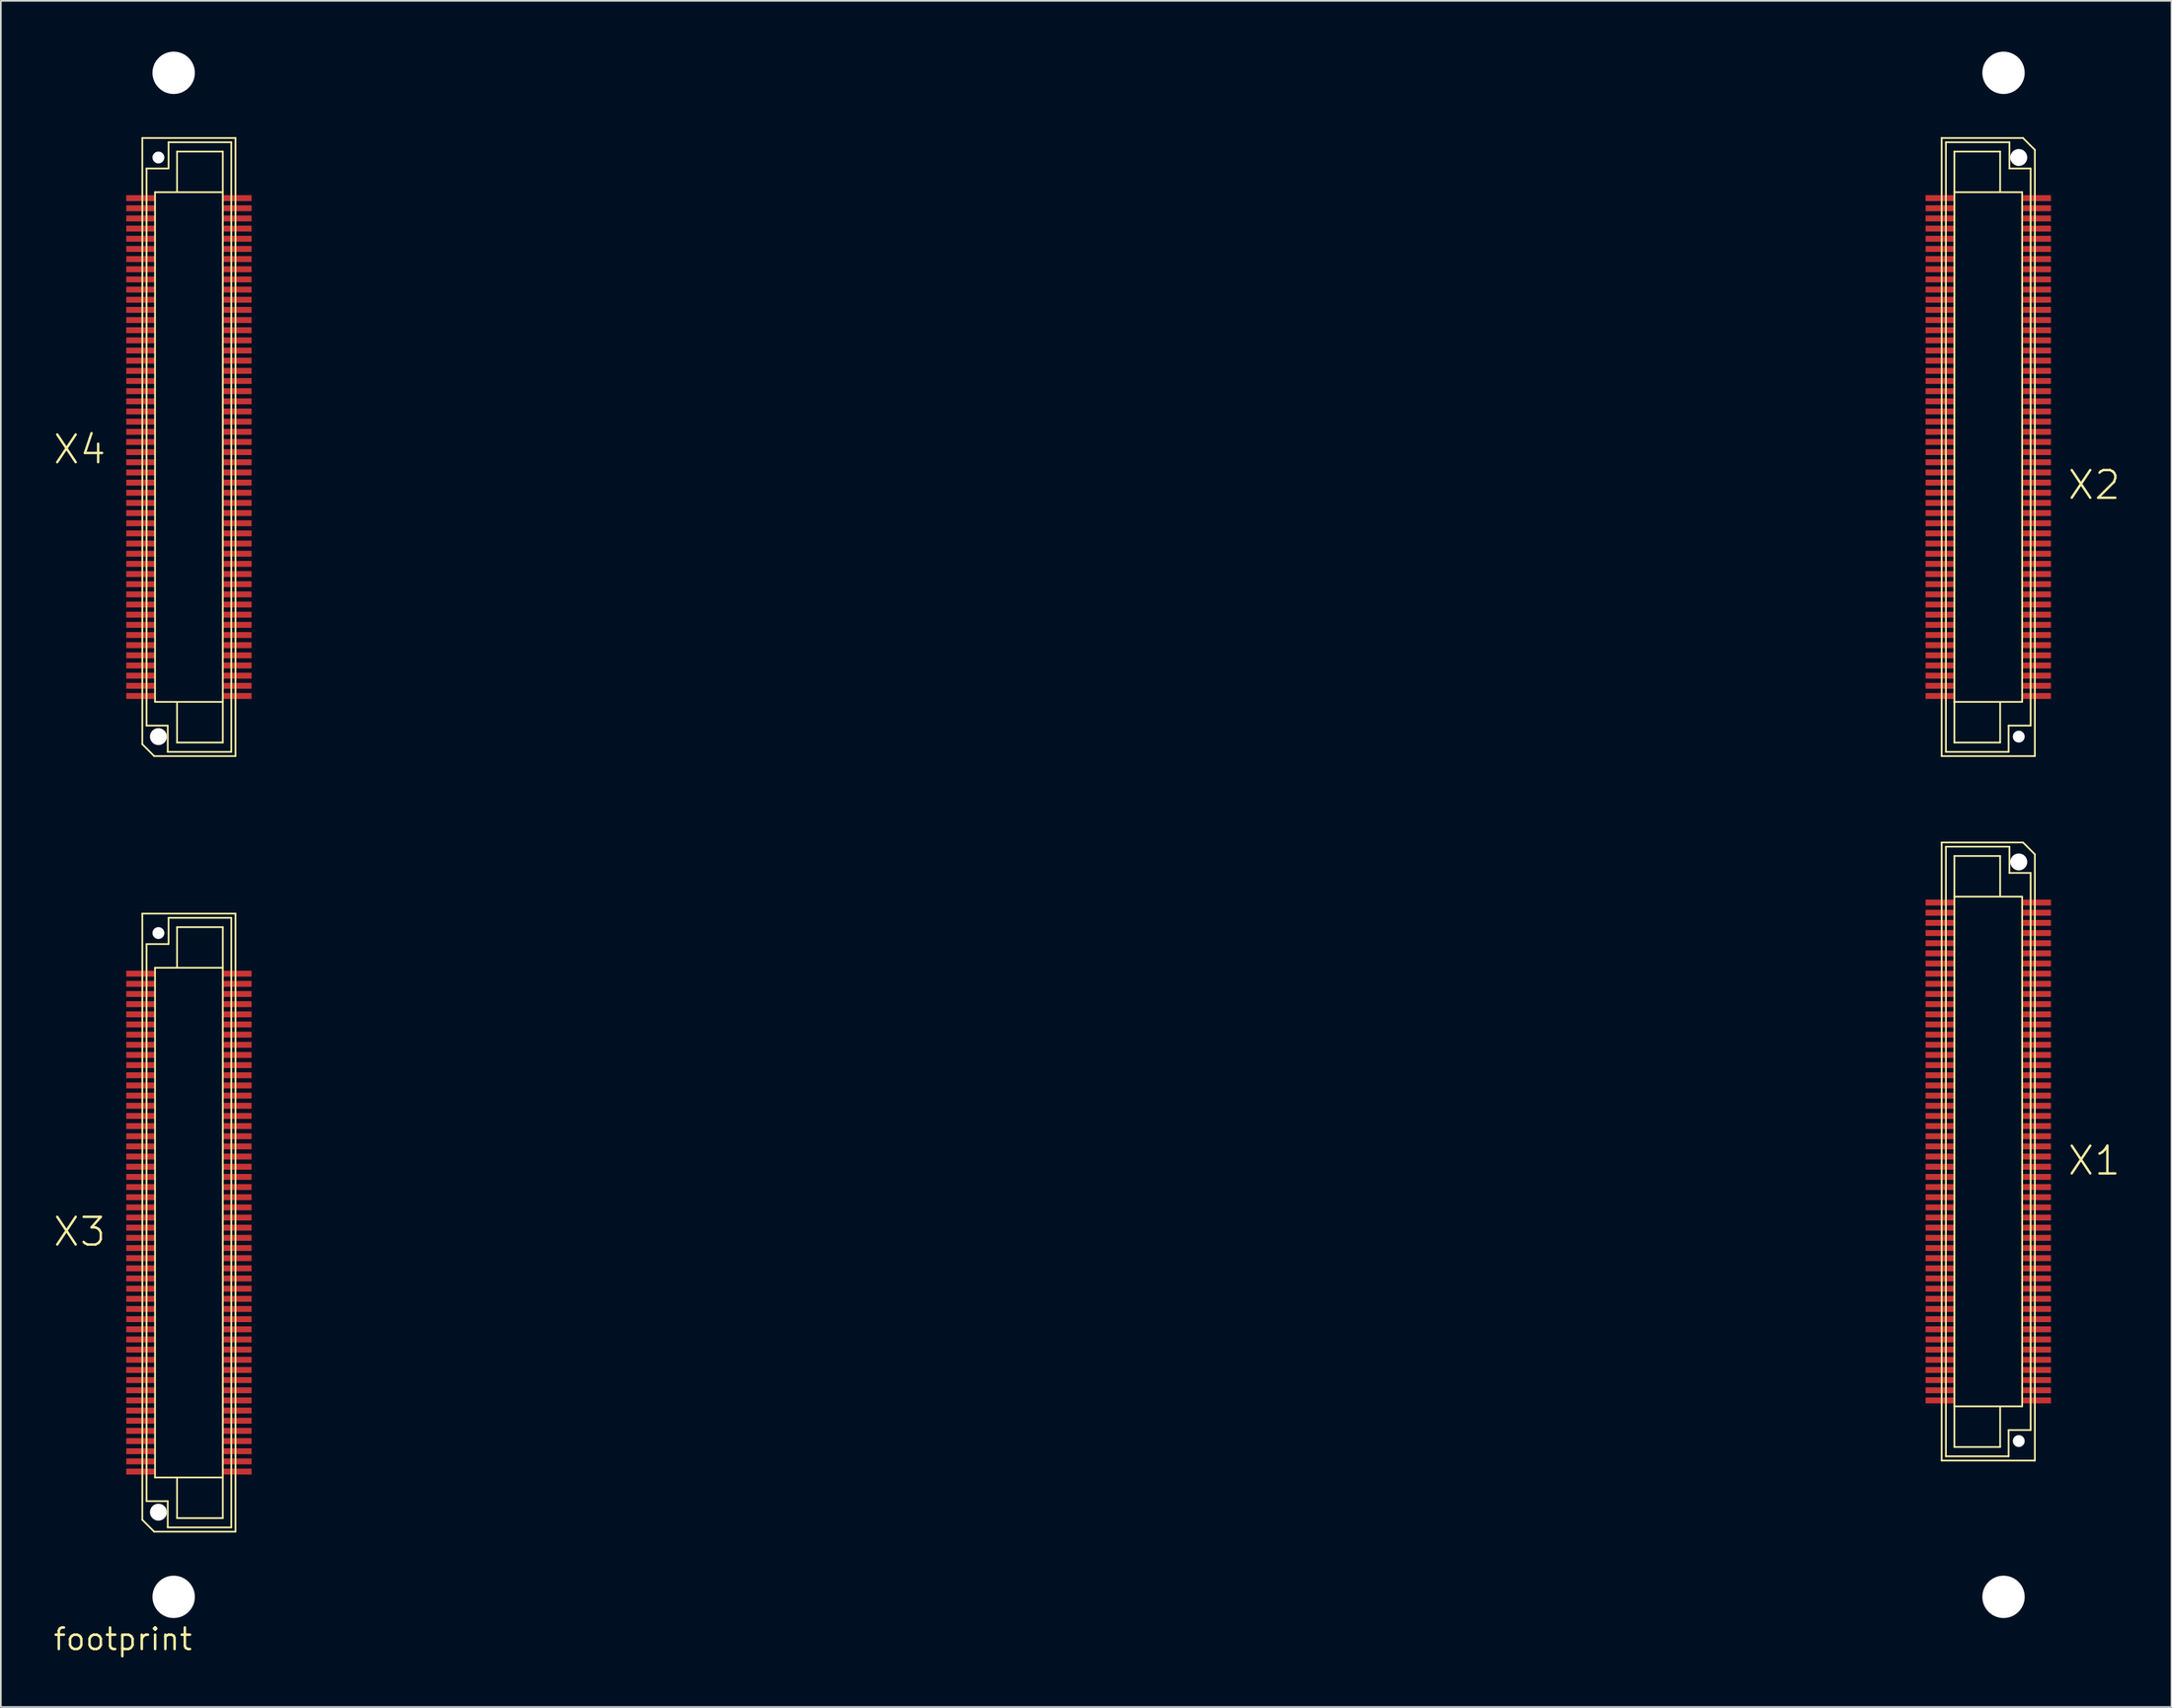
<source format=kicad_pcb>
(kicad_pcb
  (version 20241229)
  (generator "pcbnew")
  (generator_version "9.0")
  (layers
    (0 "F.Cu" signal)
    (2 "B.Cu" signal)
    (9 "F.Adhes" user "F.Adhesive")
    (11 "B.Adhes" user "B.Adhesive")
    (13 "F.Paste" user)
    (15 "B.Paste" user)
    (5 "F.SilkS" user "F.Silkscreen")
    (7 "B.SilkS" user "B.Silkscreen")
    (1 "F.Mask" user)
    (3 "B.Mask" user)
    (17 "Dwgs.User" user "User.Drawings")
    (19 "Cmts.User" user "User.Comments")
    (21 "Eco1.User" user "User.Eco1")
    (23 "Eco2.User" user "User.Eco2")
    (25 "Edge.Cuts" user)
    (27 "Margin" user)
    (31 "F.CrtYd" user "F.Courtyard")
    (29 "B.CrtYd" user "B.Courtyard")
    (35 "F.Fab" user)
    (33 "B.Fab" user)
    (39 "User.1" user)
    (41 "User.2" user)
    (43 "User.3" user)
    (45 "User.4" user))
  (footprint "footprint"
    (layer "F.Cu")
    (at 4.2 93.75)
    (property "Reference" "footprint" (at 0 0 0) (layer "F.SilkS") (effects (font (size 1.27 1.27) (thickness 0.15))))
    (fp_line (start 1.15 -88.65) (end 6.65 -88.65) (stroke (width 0.102) (type solid)) (layer "F.SilkS"))
    (fp_line (start 1.15 -52.85) (end 1.15 -88.65) (stroke (width 0.102) (type solid)) (layer "F.SilkS"))
    (fp_line (start 1.15 -42.85) (end 6.65 -42.85) (stroke (width 0.102) (type solid)) (layer "F.SilkS"))
    (fp_line (start 1.15 -7.05) (end 1.15 -42.85) (stroke (width 0.102) (type solid)) (layer "F.SilkS"))
    (fp_line (start 1.4 -86.85) (end 1.4 -53.95) (stroke (width 0.102) (type solid)) (layer "F.SilkS"))
    (fp_line (start 1.4 -53.95) (end 2.65 -53.95) (stroke (width 0.102) (type solid)) (layer "F.SilkS"))
    (fp_line (start 1.4 -41.05) (end 1.4 -8.15) (stroke (width 0.102) (type solid)) (layer "F.SilkS"))
    (fp_line (start 1.4 -8.15) (end 2.65 -8.15) (stroke (width 0.102) (type solid)) (layer "F.SilkS"))
    (fp_line (start 1.85 -52.15) (end 1.15 -52.85) (stroke (width 0.102) (type solid)) (layer "F.SilkS"))
    (fp_line (start 1.85 -6.35) (end 1.15 -7.05) (stroke (width 0.102) (type solid)) (layer "F.SilkS"))
    (fp_line (start 1.9 -85.45) (end 1.9 -55.35) (stroke (width 0.102) (type solid)) (layer "F.SilkS"))
    (fp_line (start 1.9 -55.35) (end 5.9 -55.35) (stroke (width 0.102) (type solid)) (layer "F.SilkS"))
    (fp_line (start 1.9 -39.65) (end 1.9 -9.55) (stroke (width 0.102) (type solid)) (layer "F.SilkS"))
    (fp_line (start 1.9 -9.55) (end 5.9 -9.55) (stroke (width 0.102) (type solid)) (layer "F.SilkS"))
    (fp_line (start 2.65 -53.95) (end 2.65 -52.4) (stroke (width 0.102) (type solid)) (layer "F.SilkS"))
    (fp_line (start 2.65 -52.4) (end 6.4 -52.4) (stroke (width 0.102) (type solid)) (layer "F.SilkS"))
    (fp_line (start 2.65 -8.15) (end 2.65 -6.6) (stroke (width 0.102) (type solid)) (layer "F.SilkS"))
    (fp_line (start 2.65 -6.6) (end 6.4 -6.6) (stroke (width 0.102) (type solid)) (layer "F.SilkS"))
    (fp_line (start 2.7 -88.4) (end 2.7 -86.85) (stroke (width 0.102) (type solid)) (layer "F.SilkS"))
    (fp_line (start 2.7 -86.85) (end 1.4 -86.85) (stroke (width 0.102) (type solid)) (layer "F.SilkS"))
    (fp_line (start 2.7 -42.6) (end 2.7 -41.05) (stroke (width 0.102) (type solid)) (layer "F.SilkS"))
    (fp_line (start 2.7 -41.05) (end 1.4 -41.05) (stroke (width 0.102) (type solid)) (layer "F.SilkS"))
    (fp_line (start 3.2 -87.85) (end 3.2 -85.5) (stroke (width 0.102) (type solid)) (layer "F.SilkS"))
    (fp_line (start 3.2 -52.95) (end 3.2 -55.3) (stroke (width 0.102) (type solid)) (layer "F.SilkS"))
    (fp_line (start 3.2 -42.05) (end 3.2 -39.7) (stroke (width 0.102) (type solid)) (layer "F.SilkS"))
    (fp_line (start 3.2 -7.15) (end 3.2 -9.5) (stroke (width 0.102) (type solid)) (layer "F.SilkS"))
    (fp_line (start 5.9 -87.85) (end 3.2 -87.85) (stroke (width 0.102) (type solid)) (layer "F.SilkS"))
    (fp_line (start 5.9 -85.45) (end 1.9 -85.45) (stroke (width 0.102) (type solid)) (layer "F.SilkS"))
    (fp_line (start 5.9 -85.45) (end 5.9 -87.85) (stroke (width 0.102) (type solid)) (layer "F.SilkS"))
    (fp_line (start 5.9 -55.35) (end 5.9 -85.45) (stroke (width 0.102) (type solid)) (layer "F.SilkS"))
    (fp_line (start 5.9 -55.3) (end 5.9 -52.95) (stroke (width 0.102) (type solid)) (layer "F.SilkS"))
    (fp_line (start 5.9 -52.95) (end 3.2 -52.95) (stroke (width 0.102) (type solid)) (layer "F.SilkS"))
    (fp_line (start 5.9 -42.05) (end 3.2 -42.05) (stroke (width 0.102) (type solid)) (layer "F.SilkS"))
    (fp_line (start 5.9 -39.65) (end 1.9 -39.65) (stroke (width 0.102) (type solid)) (layer "F.SilkS"))
    (fp_line (start 5.9 -39.65) (end 5.9 -42.05) (stroke (width 0.102) (type solid)) (layer "F.SilkS"))
    (fp_line (start 5.9 -9.55) (end 5.9 -39.65) (stroke (width 0.102) (type solid)) (layer "F.SilkS"))
    (fp_line (start 5.9 -9.5) (end 5.9 -7.15) (stroke (width 0.102) (type solid)) (layer "F.SilkS"))
    (fp_line (start 5.9 -7.15) (end 3.2 -7.15) (stroke (width 0.102) (type solid)) (layer "F.SilkS"))
    (fp_line (start 6.4 -88.4) (end 2.7 -88.4) (stroke (width 0.102) (type solid)) (layer "F.SilkS"))
    (fp_line (start 6.4 -52.4) (end 6.4 -88.4) (stroke (width 0.102) (type solid)) (layer "F.SilkS"))
    (fp_line (start 6.4 -42.6) (end 2.7 -42.6) (stroke (width 0.102) (type solid)) (layer "F.SilkS"))
    (fp_line (start 6.4 -6.6) (end 6.4 -42.6) (stroke (width 0.102) (type solid)) (layer "F.SilkS"))
    (fp_line (start 6.65 -88.65) (end 6.65 -52.15) (stroke (width 0.102) (type solid)) (layer "F.SilkS"))
    (fp_line (start 6.65 -52.15) (end 1.85 -52.15) (stroke (width 0.102) (type solid)) (layer "F.SilkS"))
    (fp_line (start 6.65 -42.85) (end 6.65 -6.35) (stroke (width 0.102) (type solid)) (layer "F.SilkS"))
    (fp_line (start 6.65 -6.35) (end 1.85 -6.35) (stroke (width 0.102) (type solid)) (layer "F.SilkS"))
    (fp_line (start 107.35 -88.65) (end 112.15 -88.65) (stroke (width 0.102) (type solid)) (layer "F.SilkS"))
    (fp_line (start 107.35 -52.15) (end 107.35 -88.65) (stroke (width 0.102) (type solid)) (layer "F.SilkS"))
    (fp_line (start 107.35 -47.05) (end 112.15 -47.05) (stroke (width 0.102) (type solid)) (layer "F.SilkS"))
    (fp_line (start 107.35 -10.55) (end 107.35 -47.05) (stroke (width 0.102) (type solid)) (layer "F.SilkS"))
    (fp_line (start 107.6 -88.4) (end 107.6 -52.4) (stroke (width 0.102) (type solid)) (layer "F.SilkS"))
    (fp_line (start 107.6 -52.4) (end 111.3 -52.4) (stroke (width 0.102) (type solid)) (layer "F.SilkS"))
    (fp_line (start 107.6 -46.8) (end 107.6 -10.8) (stroke (width 0.102) (type solid)) (layer "F.SilkS"))
    (fp_line (start 107.6 -10.8) (end 111.3 -10.8) (stroke (width 0.102) (type solid)) (layer "F.SilkS"))
    (fp_line (start 108.1 -87.85) (end 110.8 -87.85) (stroke (width 0.102) (type solid)) (layer "F.SilkS"))
    (fp_line (start 108.1 -85.5) (end 108.1 -87.85) (stroke (width 0.102) (type solid)) (layer "F.SilkS"))
    (fp_line (start 108.1 -85.45) (end 108.1 -55.35) (stroke (width 0.102) (type solid)) (layer "F.SilkS"))
    (fp_line (start 108.1 -55.35) (end 108.1 -52.95) (stroke (width 0.102) (type solid)) (layer "F.SilkS"))
    (fp_line (start 108.1 -55.35) (end 112.1 -55.35) (stroke (width 0.102) (type solid)) (layer "F.SilkS"))
    (fp_line (start 108.1 -52.95) (end 110.8 -52.95) (stroke (width 0.102) (type solid)) (layer "F.SilkS"))
    (fp_line (start 108.1 -46.25) (end 110.8 -46.25) (stroke (width 0.102) (type solid)) (layer "F.SilkS"))
    (fp_line (start 108.1 -43.9) (end 108.1 -46.25) (stroke (width 0.102) (type solid)) (layer "F.SilkS"))
    (fp_line (start 108.1 -43.85) (end 108.1 -13.75) (stroke (width 0.102) (type solid)) (layer "F.SilkS"))
    (fp_line (start 108.1 -13.75) (end 108.1 -11.35) (stroke (width 0.102) (type solid)) (layer "F.SilkS"))
    (fp_line (start 108.1 -13.75) (end 112.1 -13.75) (stroke (width 0.102) (type solid)) (layer "F.SilkS"))
    (fp_line (start 108.1 -11.35) (end 110.8 -11.35) (stroke (width 0.102) (type solid)) (layer "F.SilkS"))
    (fp_line (start 110.8 -87.85) (end 110.8 -85.5) (stroke (width 0.102) (type solid)) (layer "F.SilkS"))
    (fp_line (start 110.8 -52.95) (end 110.8 -55.3) (stroke (width 0.102) (type solid)) (layer "F.SilkS"))
    (fp_line (start 110.8 -46.25) (end 110.8 -43.9) (stroke (width 0.102) (type solid)) (layer "F.SilkS"))
    (fp_line (start 110.8 -11.35) (end 110.8 -13.7) (stroke (width 0.102) (type solid)) (layer "F.SilkS"))
    (fp_line (start 111.3 -53.95) (end 112.6 -53.95) (stroke (width 0.102) (type solid)) (layer "F.SilkS"))
    (fp_line (start 111.3 -52.4) (end 111.3 -53.95) (stroke (width 0.102) (type solid)) (layer "F.SilkS"))
    (fp_line (start 111.3 -12.35) (end 112.6 -12.35) (stroke (width 0.102) (type solid)) (layer "F.SilkS"))
    (fp_line (start 111.3 -10.8) (end 111.3 -12.35) (stroke (width 0.102) (type solid)) (layer "F.SilkS"))
    (fp_line (start 111.35 -88.4) (end 107.6 -88.4) (stroke (width 0.102) (type solid)) (layer "F.SilkS"))
    (fp_line (start 111.35 -86.85) (end 111.35 -88.4) (stroke (width 0.102) (type solid)) (layer "F.SilkS"))
    (fp_line (start 111.35 -46.8) (end 107.6 -46.8) (stroke (width 0.102) (type solid)) (layer "F.SilkS"))
    (fp_line (start 111.35 -45.25) (end 111.35 -46.8) (stroke (width 0.102) (type solid)) (layer "F.SilkS"))
    (fp_line (start 112.1 -85.45) (end 108.1 -85.45) (stroke (width 0.102) (type solid)) (layer "F.SilkS"))
    (fp_line (start 112.1 -55.35) (end 112.1 -85.45) (stroke (width 0.102) (type solid)) (layer "F.SilkS"))
    (fp_line (start 112.1 -43.85) (end 108.1 -43.85) (stroke (width 0.102) (type solid)) (layer "F.SilkS"))
    (fp_line (start 112.1 -13.75) (end 112.1 -43.85) (stroke (width 0.102) (type solid)) (layer "F.SilkS"))
    (fp_line (start 112.15 -88.65) (end 112.85 -87.95) (stroke (width 0.102) (type solid)) (layer "F.SilkS"))
    (fp_line (start 112.15 -47.05) (end 112.85 -46.35) (stroke (width 0.102) (type solid)) (layer "F.SilkS"))
    (fp_line (start 112.6 -86.85) (end 111.35 -86.85) (stroke (width 0.102) (type solid)) (layer "F.SilkS"))
    (fp_line (start 112.6 -53.95) (end 112.6 -86.85) (stroke (width 0.102) (type solid)) (layer "F.SilkS"))
    (fp_line (start 112.6 -45.25) (end 111.35 -45.25) (stroke (width 0.102) (type solid)) (layer "F.SilkS"))
    (fp_line (start 112.6 -12.35) (end 112.6 -45.25) (stroke (width 0.102) (type solid)) (layer "F.SilkS"))
    (fp_line (start 112.85 -87.95) (end 112.85 -52.15) (stroke (width 0.102) (type solid)) (layer "F.SilkS"))
    (fp_line (start 112.85 -52.15) (end 107.35 -52.15) (stroke (width 0.102) (type solid)) (layer "F.SilkS"))
    (fp_line (start 112.85 -46.35) (end 112.85 -10.55) (stroke (width 0.102) (type solid)) (layer "F.SilkS"))
    (fp_line (start 112.85 -10.55) (end 107.35 -10.55) (stroke (width 0.102) (type solid)) (layer "F.SilkS"))
    (fp_text user "X4" (at -4.2 -69.3 0) (layer "F.SilkS") (effects (font (size 1.636 1.636) (thickness 0.142)) (justify left bottom)))
    (fp_text user "X2" (at 114.7 -67.2 0) (layer "F.SilkS") (effects (font (size 1.636 1.636) (thickness 0.142)) (justify left bottom)))
    (fp_text user "X3" (at -4.2 -23.1 0) (layer "F.SilkS") (effects (font (size 1.636 1.636) (thickness 0.142)) (justify left bottom)))
    (fp_text user "X1" (at 114.7 -27.3 0) (layer "F.SilkS") (effects (font (size 1.636 1.636) (thickness 0.142)) (justify left bottom)))
    (pad "" np_thru_hole circle (at 2.1 -87.5) (size 0.7 0.7) (drill 0.7) (layers "*.Cu" "*.Mask"))
    (pad "" np_thru_hole circle (at 2.1 -53.3) (size 1 1) (drill 1) (layers "*.Cu" "*.Mask"))
    (pad "" np_thru_hole circle (at 2.1 -41.7) (size 0.7 0.7) (drill 0.7) (layers "*.Cu" "*.Mask"))
    (pad "" np_thru_hole circle (at 2.1 -7.5) (size 1 1) (drill 1) (layers "*.Cu" "*.Mask"))
    (pad "" np_thru_hole circle (at 3 -92.5) (size 2.5 2.5) (drill 2.5) (layers "*.Cu" "*.Mask"))
    (pad "" np_thru_hole circle (at 3 -2.5) (size 2.5 2.5) (drill 2.5) (layers "*.Cu" "*.Mask"))
    (pad "" np_thru_hole circle (at 111 -92.5) (size 2.5 2.5) (drill 2.5) (layers "*.Cu" "*.Mask"))
    (pad "" np_thru_hole circle (at 111 -2.5) (size 2.5 2.5) (drill 2.5) (layers "*.Cu" "*.Mask"))
    (pad "" np_thru_hole circle (at 111.9 -87.5) (size 1 1) (drill 1) (layers "*.Cu" "*.Mask"))
    (pad "" np_thru_hole circle (at 111.9 -53.3) (size 0.7 0.7) (drill 0.7) (layers "*.Cu" "*.Mask"))
    (pad "" np_thru_hole circle (at 111.9 -45.9) (size 1 1) (drill 1) (layers "*.Cu" "*.Mask"))
    (pad "" np_thru_hole circle (at 111.9 -11.7) (size 0.7 0.7) (drill 0.7) (layers "*.Cu" "*.Mask"))
    (pad "1" smd rect (at 112.95 -43.5 270) (size 0.35 1.7) (layers "F.Cu" "F.Mask" "F.Paste"))
    (pad "2" smd rect (at 107.25 -43.5 270) (size 0.35 1.7) (layers "F.Cu" "F.Mask" "F.Paste"))
    (pad "3" smd rect (at 112.95 -42.9 270) (size 0.35 1.7) (layers "F.Cu" "F.Mask" "F.Paste"))
    (pad "4" smd rect (at 107.25 -42.9 270) (size 0.35 1.7) (layers "F.Cu" "F.Mask" "F.Paste"))
    (pad "5" smd rect (at 112.95 -42.3 270) (size 0.35 1.7) (layers "F.Cu" "F.Mask" "F.Paste"))
    (pad "6" smd rect (at 107.25 -42.3 270) (size 0.35 1.7) (layers "F.Cu" "F.Mask" "F.Paste"))
    (pad "7" smd rect (at 112.95 -41.7 270) (size 0.35 1.7) (layers "F.Cu" "F.Mask" "F.Paste"))
    (pad "8" smd rect (at 107.25 -41.7 270) (size 0.35 1.7) (layers "F.Cu" "F.Mask" "F.Paste"))
    (pad "9" smd rect (at 112.95 -41.1 270) (size 0.35 1.7) (layers "F.Cu" "F.Mask" "F.Paste"))
    (pad "10" smd rect (at 107.25 -41.1 270) (size 0.35 1.7) (layers "F.Cu" "F.Mask" "F.Paste"))
    (pad "11" smd rect (at 112.95 -40.5 270) (size 0.35 1.7) (layers "F.Cu" "F.Mask" "F.Paste"))
    (pad "12" smd rect (at 107.25 -40.5 270) (size 0.35 1.7) (layers "F.Cu" "F.Mask" "F.Paste"))
    (pad "13" smd rect (at 112.95 -39.9 270) (size 0.35 1.7) (layers "F.Cu" "F.Mask" "F.Paste"))
    (pad "14" smd rect (at 107.25 -39.9 270) (size 0.35 1.7) (layers "F.Cu" "F.Mask" "F.Paste"))
    (pad "15" smd rect (at 112.95 -39.3 270) (size 0.35 1.7) (layers "F.Cu" "F.Mask" "F.Paste"))
    (pad "16" smd rect (at 107.25 -39.3 270) (size 0.35 1.7) (layers "F.Cu" "F.Mask" "F.Paste"))
    (pad "17" smd rect (at 112.95 -38.7 270) (size 0.35 1.7) (layers "F.Cu" "F.Mask" "F.Paste"))
    (pad "18" smd rect (at 107.25 -38.7 270) (size 0.35 1.7) (layers "F.Cu" "F.Mask" "F.Paste"))
    (pad "19" smd rect (at 112.95 -38.1 270) (size 0.35 1.7) (layers "F.Cu" "F.Mask" "F.Paste"))
    (pad "20" smd rect (at 107.25 -38.1 270) (size 0.35 1.7) (layers "F.Cu" "F.Mask" "F.Paste"))
    (pad "21" smd rect (at 112.95 -37.5 270) (size 0.35 1.7) (layers "F.Cu" "F.Mask" "F.Paste"))
    (pad "22" smd rect (at 107.25 -37.5 270) (size 0.35 1.7) (layers "F.Cu" "F.Mask" "F.Paste"))
    (pad "23" smd rect (at 112.95 -36.9 270) (size 0.35 1.7) (layers "F.Cu" "F.Mask" "F.Paste"))
    (pad "24" smd rect (at 107.25 -36.9 270) (size 0.35 1.7) (layers "F.Cu" "F.Mask" "F.Paste"))
    (pad "25" smd rect (at 112.95 -36.3 270) (size 0.35 1.7) (layers "F.Cu" "F.Mask" "F.Paste"))
    (pad "26" smd rect (at 107.25 -36.3 270) (size 0.35 1.7) (layers "F.Cu" "F.Mask" "F.Paste"))
    (pad "27" smd rect (at 112.95 -35.7 270) (size 0.35 1.7) (layers "F.Cu" "F.Mask" "F.Paste"))
    (pad "28" smd rect (at 107.25 -35.7 270) (size 0.35 1.7) (layers "F.Cu" "F.Mask" "F.Paste"))
    (pad "29" smd rect (at 112.95 -35.1 270) (size 0.35 1.7) (layers "F.Cu" "F.Mask" "F.Paste"))
    (pad "30" smd rect (at 107.25 -35.1 270) (size 0.35 1.7) (layers "F.Cu" "F.Mask" "F.Paste"))
    (pad "31" smd rect (at 112.95 -34.5 270) (size 0.35 1.7) (layers "F.Cu" "F.Mask" "F.Paste"))
    (pad "32" smd rect (at 107.25 -34.5 270) (size 0.35 1.7) (layers "F.Cu" "F.Mask" "F.Paste"))
    (pad "33" smd rect (at 112.95 -33.9 270) (size 0.35 1.7) (layers "F.Cu" "F.Mask" "F.Paste"))
    (pad "34" smd rect (at 107.25 -33.9 270) (size 0.35 1.7) (layers "F.Cu" "F.Mask" "F.Paste"))
    (pad "35" smd rect (at 112.95 -33.3 270) (size 0.35 1.7) (layers "F.Cu" "F.Mask" "F.Paste"))
    (pad "36" smd rect (at 107.25 -33.3 270) (size 0.35 1.7) (layers "F.Cu" "F.Mask" "F.Paste"))
    (pad "37" smd rect (at 112.95 -32.7 270) (size 0.35 1.7) (layers "F.Cu" "F.Mask" "F.Paste"))
    (pad "38" smd rect (at 107.25 -32.7 270) (size 0.35 1.7) (layers "F.Cu" "F.Mask" "F.Paste"))
    (pad "39" smd rect (at 112.95 -32.1 270) (size 0.35 1.7) (layers "F.Cu" "F.Mask" "F.Paste"))
    (pad "40" smd rect (at 107.25 -32.1 270) (size 0.35 1.7) (layers "F.Cu" "F.Mask" "F.Paste"))
    (pad "41" smd rect (at 112.95 -31.5 270) (size 0.35 1.7) (layers "F.Cu" "F.Mask" "F.Paste"))
    (pad "42" smd rect (at 107.25 -31.5 270) (size 0.35 1.7) (layers "F.Cu" "F.Mask" "F.Paste"))
    (pad "43" smd rect (at 112.95 -30.9 270) (size 0.35 1.7) (layers "F.Cu" "F.Mask" "F.Paste"))
    (pad "44" smd rect (at 107.25 -30.9 270) (size 0.35 1.7) (layers "F.Cu" "F.Mask" "F.Paste"))
    (pad "45" smd rect (at 112.95 -30.3 270) (size 0.35 1.7) (layers "F.Cu" "F.Mask" "F.Paste"))
    (pad "46" smd rect (at 107.25 -30.3 270) (size 0.35 1.7) (layers "F.Cu" "F.Mask" "F.Paste"))
    (pad "47" smd rect (at 112.95 -29.7 270) (size 0.35 1.7) (layers "F.Cu" "F.Mask" "F.Paste"))
    (pad "48" smd rect (at 107.25 -29.7 270) (size 0.35 1.7) (layers "F.Cu" "F.Mask" "F.Paste"))
    (pad "49" smd rect (at 112.95 -29.1 270) (size 0.35 1.7) (layers "F.Cu" "F.Mask" "F.Paste"))
    (pad "50" smd rect (at 107.25 -29.1 270) (size 0.35 1.7) (layers "F.Cu" "F.Mask" "F.Paste"))
    (pad "51" smd rect (at 112.95 -28.5 270) (size 0.35 1.7) (layers "F.Cu" "F.Mask" "F.Paste"))
    (pad "52" smd rect (at 107.25 -28.5 270) (size 0.35 1.7) (layers "F.Cu" "F.Mask" "F.Paste"))
    (pad "53" smd rect (at 112.95 -27.9 270) (size 0.35 1.7) (layers "F.Cu" "F.Mask" "F.Paste"))
    (pad "54" smd rect (at 107.25 -27.9 270) (size 0.35 1.7) (layers "F.Cu" "F.Mask" "F.Paste"))
    (pad "55" smd rect (at 112.95 -27.3 270) (size 0.35 1.7) (layers "F.Cu" "F.Mask" "F.Paste"))
    (pad "56" smd rect (at 107.25 -27.3 270) (size 0.35 1.7) (layers "F.Cu" "F.Mask" "F.Paste"))
    (pad "57" smd rect (at 112.95 -26.7 270) (size 0.35 1.7) (layers "F.Cu" "F.Mask" "F.Paste"))
    (pad "58" smd rect (at 107.25 -26.7 270) (size 0.35 1.7) (layers "F.Cu" "F.Mask" "F.Paste"))
    (pad "59" smd rect (at 112.95 -26.1 270) (size 0.35 1.7) (layers "F.Cu" "F.Mask" "F.Paste"))
    (pad "60" smd rect (at 107.25 -26.1 270) (size 0.35 1.7) (layers "F.Cu" "F.Mask" "F.Paste"))
    (pad "61" smd rect (at 112.95 -25.5 270) (size 0.35 1.7) (layers "F.Cu" "F.Mask" "F.Paste"))
    (pad "62" smd rect (at 107.25 -25.5 270) (size 0.35 1.7) (layers "F.Cu" "F.Mask" "F.Paste"))
    (pad "63" smd rect (at 112.95 -24.9 270) (size 0.35 1.7) (layers "F.Cu" "F.Mask" "F.Paste"))
    (pad "64" smd rect (at 107.25 -24.9 270) (size 0.35 1.7) (layers "F.Cu" "F.Mask" "F.Paste"))
    (pad "65" smd rect (at 112.95 -24.3 270) (size 0.35 1.7) (layers "F.Cu" "F.Mask" "F.Paste"))
    (pad "66" smd rect (at 107.25 -24.3 270) (size 0.35 1.7) (layers "F.Cu" "F.Mask" "F.Paste"))
    (pad "67" smd rect (at 112.95 -23.7 270) (size 0.35 1.7) (layers "F.Cu" "F.Mask" "F.Paste"))
    (pad "68" smd rect (at 107.25 -23.7 270) (size 0.35 1.7) (layers "F.Cu" "F.Mask" "F.Paste"))
    (pad "69" smd rect (at 112.95 -23.1 270) (size 0.35 1.7) (layers "F.Cu" "F.Mask" "F.Paste"))
    (pad "70" smd rect (at 107.25 -23.1 270) (size 0.35 1.7) (layers "F.Cu" "F.Mask" "F.Paste"))
    (pad "71" smd rect (at 112.95 -22.5 270) (size 0.35 1.7) (layers "F.Cu" "F.Mask" "F.Paste"))
    (pad "72" smd rect (at 107.25 -22.5 270) (size 0.35 1.7) (layers "F.Cu" "F.Mask" "F.Paste"))
    (pad "73" smd rect (at 112.95 -21.9 270) (size 0.35 1.7) (layers "F.Cu" "F.Mask" "F.Paste"))
    (pad "74" smd rect (at 107.25 -21.9 270) (size 0.35 1.7) (layers "F.Cu" "F.Mask" "F.Paste"))
    (pad "75" smd rect (at 112.95 -21.3 270) (size 0.35 1.7) (layers "F.Cu" "F.Mask" "F.Paste"))
    (pad "76" smd rect (at 107.25 -21.3 270) (size 0.35 1.7) (layers "F.Cu" "F.Mask" "F.Paste"))
    (pad "77" smd rect (at 112.95 -20.7 270) (size 0.35 1.7) (layers "F.Cu" "F.Mask" "F.Paste"))
    (pad "78" smd rect (at 107.25 -20.7 270) (size 0.35 1.7) (layers "F.Cu" "F.Mask" "F.Paste"))
    (pad "79" smd rect (at 112.95 -20.1 270) (size 0.35 1.7) (layers "F.Cu" "F.Mask" "F.Paste"))
    (pad "80" smd rect (at 107.25 -20.1 270) (size 0.35 1.7) (layers "F.Cu" "F.Mask" "F.Paste"))
    (pad "81" smd rect (at 112.95 -19.5 270) (size 0.35 1.7) (layers "F.Cu" "F.Mask" "F.Paste"))
    (pad "82" smd rect (at 107.25 -19.5 270) (size 0.35 1.7) (layers "F.Cu" "F.Mask" "F.Paste"))
    (pad "83" smd rect (at 112.95 -18.9 270) (size 0.35 1.7) (layers "F.Cu" "F.Mask" "F.Paste"))
    (pad "84" smd rect (at 107.25 -18.9 270) (size 0.35 1.7) (layers "F.Cu" "F.Mask" "F.Paste"))
    (pad "85" smd rect (at 112.95 -18.3 270) (size 0.35 1.7) (layers "F.Cu" "F.Mask" "F.Paste"))
    (pad "86" smd rect (at 107.25 -18.3 270) (size 0.35 1.7) (layers "F.Cu" "F.Mask" "F.Paste"))
    (pad "87" smd rect (at 112.95 -17.7 270) (size 0.35 1.7) (layers "F.Cu" "F.Mask" "F.Paste"))
    (pad "88" smd rect (at 107.25 -17.7 270) (size 0.35 1.7) (layers "F.Cu" "F.Mask" "F.Paste"))
    (pad "89" smd rect (at 112.95 -17.1 270) (size 0.35 1.7) (layers "F.Cu" "F.Mask" "F.Paste"))
    (pad "90" smd rect (at 107.25 -17.1 270) (size 0.35 1.7) (layers "F.Cu" "F.Mask" "F.Paste"))
    (pad "91" smd rect (at 112.95 -16.5 270) (size 0.35 1.7) (layers "F.Cu" "F.Mask" "F.Paste"))
    (pad "92" smd rect (at 107.25 -16.5 270) (size 0.35 1.7) (layers "F.Cu" "F.Mask" "F.Paste"))
    (pad "93" smd rect (at 112.95 -15.9 270) (size 0.35 1.7) (layers "F.Cu" "F.Mask" "F.Paste"))
    (pad "94" smd rect (at 107.25 -15.9 270) (size 0.35 1.7) (layers "F.Cu" "F.Mask" "F.Paste"))
    (pad "95" smd rect (at 112.95 -15.3 270) (size 0.35 1.7) (layers "F.Cu" "F.Mask" "F.Paste"))
    (pad "96" smd rect (at 107.25 -15.3 270) (size 0.35 1.7) (layers "F.Cu" "F.Mask" "F.Paste"))
    (pad "97" smd rect (at 112.95 -14.7 270) (size 0.35 1.7) (layers "F.Cu" "F.Mask" "F.Paste"))
    (pad "98" smd rect (at 107.25 -14.7 270) (size 0.35 1.7) (layers "F.Cu" "F.Mask" "F.Paste"))
    (pad "99" smd rect (at 112.95 -14.1 270) (size 0.35 1.7) (layers "F.Cu" "F.Mask" "F.Paste"))
    (pad "100" smd rect (at 107.25 -14.1 270) (size 0.35 1.7) (layers "F.Cu" "F.Mask" "F.Paste"))
    (pad "101" smd rect (at 112.95 -85.1 270) (size 0.35 1.7) (layers "F.Cu" "F.Mask" "F.Paste"))
    (pad "102" smd rect (at 107.25 -85.1 270) (size 0.35 1.7) (layers "F.Cu" "F.Mask" "F.Paste"))
    (pad "103" smd rect (at 112.95 -84.5 270) (size 0.35 1.7) (layers "F.Cu" "F.Mask" "F.Paste"))
    (pad "104" smd rect (at 107.25 -84.5 270) (size 0.35 1.7) (layers "F.Cu" "F.Mask" "F.Paste"))
    (pad "105" smd rect (at 112.95 -83.9 270) (size 0.35 1.7) (layers "F.Cu" "F.Mask" "F.Paste"))
    (pad "106" smd rect (at 107.25 -83.9 270) (size 0.35 1.7) (layers "F.Cu" "F.Mask" "F.Paste"))
    (pad "107" smd rect (at 112.95 -83.3 270) (size 0.35 1.7) (layers "F.Cu" "F.Mask" "F.Paste"))
    (pad "108" smd rect (at 107.25 -83.3 270) (size 0.35 1.7) (layers "F.Cu" "F.Mask" "F.Paste"))
    (pad "109" smd rect (at 112.95 -82.7 270) (size 0.35 1.7) (layers "F.Cu" "F.Mask" "F.Paste"))
    (pad "110" smd rect (at 107.25 -82.7 270) (size 0.35 1.7) (layers "F.Cu" "F.Mask" "F.Paste"))
    (pad "111" smd rect (at 112.95 -82.1 270) (size 0.35 1.7) (layers "F.Cu" "F.Mask" "F.Paste"))
    (pad "112" smd rect (at 107.25 -82.1 270) (size 0.35 1.7) (layers "F.Cu" "F.Mask" "F.Paste"))
    (pad "113" smd rect (at 112.95 -81.5 270) (size 0.35 1.7) (layers "F.Cu" "F.Mask" "F.Paste"))
    (pad "114" smd rect (at 107.25 -81.5 270) (size 0.35 1.7) (layers "F.Cu" "F.Mask" "F.Paste"))
    (pad "115" smd rect (at 112.95 -80.9 270) (size 0.35 1.7) (layers "F.Cu" "F.Mask" "F.Paste"))
    (pad "116" smd rect (at 107.25 -80.9 270) (size 0.35 1.7) (layers "F.Cu" "F.Mask" "F.Paste"))
    (pad "117" smd rect (at 112.95 -80.3 270) (size 0.35 1.7) (layers "F.Cu" "F.Mask" "F.Paste"))
    (pad "118" smd rect (at 107.25 -80.3 270) (size 0.35 1.7) (layers "F.Cu" "F.Mask" "F.Paste"))
    (pad "119" smd rect (at 112.95 -79.7 270) (size 0.35 1.7) (layers "F.Cu" "F.Mask" "F.Paste"))
    (pad "120" smd rect (at 107.25 -79.7 270) (size 0.35 1.7) (layers "F.Cu" "F.Mask" "F.Paste"))
    (pad "121" smd rect (at 112.95 -79.1 270) (size 0.35 1.7) (layers "F.Cu" "F.Mask" "F.Paste"))
    (pad "122" smd rect (at 107.25 -79.1 270) (size 0.35 1.7) (layers "F.Cu" "F.Mask" "F.Paste"))
    (pad "123" smd rect (at 112.95 -78.5 270) (size 0.35 1.7) (layers "F.Cu" "F.Mask" "F.Paste"))
    (pad "124" smd rect (at 107.25 -78.5 270) (size 0.35 1.7) (layers "F.Cu" "F.Mask" "F.Paste"))
    (pad "125" smd rect (at 112.95 -77.9 270) (size 0.35 1.7) (layers "F.Cu" "F.Mask" "F.Paste"))
    (pad "126" smd rect (at 107.25 -77.9 270) (size 0.35 1.7) (layers "F.Cu" "F.Mask" "F.Paste"))
    (pad "127" smd rect (at 112.95 -77.3 270) (size 0.35 1.7) (layers "F.Cu" "F.Mask" "F.Paste"))
    (pad "128" smd rect (at 107.25 -77.3 270) (size 0.35 1.7) (layers "F.Cu" "F.Mask" "F.Paste"))
    (pad "129" smd rect (at 112.95 -76.7 270) (size 0.35 1.7) (layers "F.Cu" "F.Mask" "F.Paste"))
    (pad "130" smd rect (at 107.25 -76.7 270) (size 0.35 1.7) (layers "F.Cu" "F.Mask" "F.Paste"))
    (pad "131" smd rect (at 112.95 -76.1 270) (size 0.35 1.7) (layers "F.Cu" "F.Mask" "F.Paste"))
    (pad "132" smd rect (at 107.25 -76.1 270) (size 0.35 1.7) (layers "F.Cu" "F.Mask" "F.Paste"))
    (pad "133" smd rect (at 112.95 -75.5 270) (size 0.35 1.7) (layers "F.Cu" "F.Mask" "F.Paste"))
    (pad "134" smd rect (at 107.25 -75.5 270) (size 0.35 1.7) (layers "F.Cu" "F.Mask" "F.Paste"))
    (pad "135" smd rect (at 112.95 -74.9 270) (size 0.35 1.7) (layers "F.Cu" "F.Mask" "F.Paste"))
    (pad "136" smd rect (at 107.25 -74.9 270) (size 0.35 1.7) (layers "F.Cu" "F.Mask" "F.Paste"))
    (pad "137" smd rect (at 112.95 -74.3 270) (size 0.35 1.7) (layers "F.Cu" "F.Mask" "F.Paste"))
    (pad "138" smd rect (at 107.25 -74.3 270) (size 0.35 1.7) (layers "F.Cu" "F.Mask" "F.Paste"))
    (pad "139" smd rect (at 112.95 -73.7 270) (size 0.35 1.7) (layers "F.Cu" "F.Mask" "F.Paste"))
    (pad "140" smd rect (at 107.25 -73.7 270) (size 0.35 1.7) (layers "F.Cu" "F.Mask" "F.Paste"))
    (pad "141" smd rect (at 112.95 -73.1 270) (size 0.35 1.7) (layers "F.Cu" "F.Mask" "F.Paste"))
    (pad "142" smd rect (at 107.25 -73.1 270) (size 0.35 1.7) (layers "F.Cu" "F.Mask" "F.Paste"))
    (pad "143" smd rect (at 112.95 -72.5 270) (size 0.35 1.7) (layers "F.Cu" "F.Mask" "F.Paste"))
    (pad "144" smd rect (at 107.25 -72.5 270) (size 0.35 1.7) (layers "F.Cu" "F.Mask" "F.Paste"))
    (pad "145" smd rect (at 112.95 -71.9 270) (size 0.35 1.7) (layers "F.Cu" "F.Mask" "F.Paste"))
    (pad "146" smd rect (at 107.25 -71.9 270) (size 0.35 1.7) (layers "F.Cu" "F.Mask" "F.Paste"))
    (pad "147" smd rect (at 112.95 -71.3 270) (size 0.35 1.7) (layers "F.Cu" "F.Mask" "F.Paste"))
    (pad "148" smd rect (at 107.25 -71.3 270) (size 0.35 1.7) (layers "F.Cu" "F.Mask" "F.Paste"))
    (pad "149" smd rect (at 112.95 -70.7 270) (size 0.35 1.7) (layers "F.Cu" "F.Mask" "F.Paste"))
    (pad "150" smd rect (at 107.25 -70.7 270) (size 0.35 1.7) (layers "F.Cu" "F.Mask" "F.Paste"))
    (pad "151" smd rect (at 112.95 -70.1 270) (size 0.35 1.7) (layers "F.Cu" "F.Mask" "F.Paste"))
    (pad "152" smd rect (at 107.25 -70.1 270) (size 0.35 1.7) (layers "F.Cu" "F.Mask" "F.Paste"))
    (pad "153" smd rect (at 112.95 -69.5 270) (size 0.35 1.7) (layers "F.Cu" "F.Mask" "F.Paste"))
    (pad "154" smd rect (at 107.25 -69.5 270) (size 0.35 1.7) (layers "F.Cu" "F.Mask" "F.Paste"))
    (pad "155" smd rect (at 112.95 -68.9 270) (size 0.35 1.7) (layers "F.Cu" "F.Mask" "F.Paste"))
    (pad "156" smd rect (at 107.25 -68.9 270) (size 0.35 1.7) (layers "F.Cu" "F.Mask" "F.Paste"))
    (pad "157" smd rect (at 112.95 -68.3 270) (size 0.35 1.7) (layers "F.Cu" "F.Mask" "F.Paste"))
    (pad "158" smd rect (at 107.25 -68.3 270) (size 0.35 1.7) (layers "F.Cu" "F.Mask" "F.Paste"))
    (pad "159" smd rect (at 112.95 -67.7 270) (size 0.35 1.7) (layers "F.Cu" "F.Mask" "F.Paste"))
    (pad "160" smd rect (at 107.25 -67.7 270) (size 0.35 1.7) (layers "F.Cu" "F.Mask" "F.Paste"))
    (pad "161" smd rect (at 112.95 -67.1 270) (size 0.35 1.7) (layers "F.Cu" "F.Mask" "F.Paste"))
    (pad "162" smd rect (at 107.25 -67.1 270) (size 0.35 1.7) (layers "F.Cu" "F.Mask" "F.Paste"))
    (pad "163" smd rect (at 112.95 -66.5 270) (size 0.35 1.7) (layers "F.Cu" "F.Mask" "F.Paste"))
    (pad "164" smd rect (at 107.25 -66.5 270) (size 0.35 1.7) (layers "F.Cu" "F.Mask" "F.Paste"))
    (pad "165" smd rect (at 112.95 -65.9 270) (size 0.35 1.7) (layers "F.Cu" "F.Mask" "F.Paste"))
    (pad "166" smd rect (at 107.25 -65.9 270) (size 0.35 1.7) (layers "F.Cu" "F.Mask" "F.Paste"))
    (pad "167" smd rect (at 112.95 -65.3 270) (size 0.35 1.7) (layers "F.Cu" "F.Mask" "F.Paste"))
    (pad "168" smd rect (at 107.25 -65.3 270) (size 0.35 1.7) (layers "F.Cu" "F.Mask" "F.Paste"))
    (pad "169" smd rect (at 112.95 -64.7 270) (size 0.35 1.7) (layers "F.Cu" "F.Mask" "F.Paste"))
    (pad "170" smd rect (at 107.25 -64.7 270) (size 0.35 1.7) (layers "F.Cu" "F.Mask" "F.Paste"))
    (pad "171" smd rect (at 112.95 -64.1 270) (size 0.35 1.7) (layers "F.Cu" "F.Mask" "F.Paste"))
    (pad "172" smd rect (at 107.25 -64.1 270) (size 0.35 1.7) (layers "F.Cu" "F.Mask" "F.Paste"))
    (pad "173" smd rect (at 112.95 -63.5 270) (size 0.35 1.7) (layers "F.Cu" "F.Mask" "F.Paste"))
    (pad "174" smd rect (at 107.25 -63.5 270) (size 0.35 1.7) (layers "F.Cu" "F.Mask" "F.Paste"))
    (pad "175" smd rect (at 112.95 -62.9 270) (size 0.35 1.7) (layers "F.Cu" "F.Mask" "F.Paste"))
    (pad "176" smd rect (at 107.25 -62.9 270) (size 0.35 1.7) (layers "F.Cu" "F.Mask" "F.Paste"))
    (pad "177" smd rect (at 112.95 -62.3 270) (size 0.35 1.7) (layers "F.Cu" "F.Mask" "F.Paste"))
    (pad "178" smd rect (at 107.25 -62.3 270) (size 0.35 1.7) (layers "F.Cu" "F.Mask" "F.Paste"))
    (pad "179" smd rect (at 112.95 -61.7 270) (size 0.35 1.7) (layers "F.Cu" "F.Mask" "F.Paste"))
    (pad "180" smd rect (at 107.25 -61.7 270) (size 0.35 1.7) (layers "F.Cu" "F.Mask" "F.Paste"))
    (pad "181" smd rect (at 112.95 -61.1 270) (size 0.35 1.7) (layers "F.Cu" "F.Mask" "F.Paste"))
    (pad "182" smd rect (at 107.25 -61.1 270) (size 0.35 1.7) (layers "F.Cu" "F.Mask" "F.Paste"))
    (pad "183" smd rect (at 112.95 -60.5 270) (size 0.35 1.7) (layers "F.Cu" "F.Mask" "F.Paste"))
    (pad "184" smd rect (at 107.25 -60.5 270) (size 0.35 1.7) (layers "F.Cu" "F.Mask" "F.Paste"))
    (pad "185" smd rect (at 112.95 -59.9 270) (size 0.35 1.7) (layers "F.Cu" "F.Mask" "F.Paste"))
    (pad "186" smd rect (at 107.25 -59.9 270) (size 0.35 1.7) (layers "F.Cu" "F.Mask" "F.Paste"))
    (pad "187" smd rect (at 112.95 -59.3 270) (size 0.35 1.7) (layers "F.Cu" "F.Mask" "F.Paste"))
    (pad "188" smd rect (at 107.25 -59.3 270) (size 0.35 1.7) (layers "F.Cu" "F.Mask" "F.Paste"))
    (pad "189" smd rect (at 112.95 -58.7 270) (size 0.35 1.7) (layers "F.Cu" "F.Mask" "F.Paste"))
    (pad "190" smd rect (at 107.25 -58.7 270) (size 0.35 1.7) (layers "F.Cu" "F.Mask" "F.Paste"))
    (pad "191" smd rect (at 112.95 -58.1 270) (size 0.35 1.7) (layers "F.Cu" "F.Mask" "F.Paste"))
    (pad "192" smd rect (at 107.25 -58.1 270) (size 0.35 1.7) (layers "F.Cu" "F.Mask" "F.Paste"))
    (pad "193" smd rect (at 112.95 -57.5 270) (size 0.35 1.7) (layers "F.Cu" "F.Mask" "F.Paste"))
    (pad "194" smd rect (at 107.25 -57.5 270) (size 0.35 1.7) (layers "F.Cu" "F.Mask" "F.Paste"))
    (pad "195" smd rect (at 112.95 -56.9 270) (size 0.35 1.7) (layers "F.Cu" "F.Mask" "F.Paste"))
    (pad "196" smd rect (at 107.25 -56.9 270) (size 0.35 1.7) (layers "F.Cu" "F.Mask" "F.Paste"))
    (pad "197" smd rect (at 112.95 -56.3 270) (size 0.35 1.7) (layers "F.Cu" "F.Mask" "F.Paste"))
    (pad "198" smd rect (at 107.25 -56.3 270) (size 0.35 1.7) (layers "F.Cu" "F.Mask" "F.Paste"))
    (pad "199" smd rect (at 112.95 -55.7 270) (size 0.35 1.7) (layers "F.Cu" "F.Mask" "F.Paste"))
    (pad "200" smd rect (at 107.25 -55.7 270) (size 0.35 1.7) (layers "F.Cu" "F.Mask" "F.Paste"))
    (pad "201" smd rect (at 1.05 -9.9 90) (size 0.35 1.7) (layers "F.Cu" "F.Mask" "F.Paste"))
    (pad "202" smd rect (at 6.75 -9.9 90) (size 0.35 1.7) (layers "F.Cu" "F.Mask" "F.Paste"))
    (pad "203" smd rect (at 1.05 -10.5 90) (size 0.35 1.7) (layers "F.Cu" "F.Mask" "F.Paste"))
    (pad "204" smd rect (at 6.75 -10.5 90) (size 0.35 1.7) (layers "F.Cu" "F.Mask" "F.Paste"))
    (pad "205" smd rect (at 1.05 -11.1 90) (size 0.35 1.7) (layers "F.Cu" "F.Mask" "F.Paste"))
    (pad "206" smd rect (at 6.75 -11.1 90) (size 0.35 1.7) (layers "F.Cu" "F.Mask" "F.Paste"))
    (pad "207" smd rect (at 1.05 -11.7 90) (size 0.35 1.7) (layers "F.Cu" "F.Mask" "F.Paste"))
    (pad "208" smd rect (at 6.75 -11.7 90) (size 0.35 1.7) (layers "F.Cu" "F.Mask" "F.Paste"))
    (pad "209" smd rect (at 1.05 -12.3 90) (size 0.35 1.7) (layers "F.Cu" "F.Mask" "F.Paste"))
    (pad "210" smd rect (at 6.75 -12.3 90) (size 0.35 1.7) (layers "F.Cu" "F.Mask" "F.Paste"))
    (pad "211" smd rect (at 1.05 -12.9 90) (size 0.35 1.7) (layers "F.Cu" "F.Mask" "F.Paste"))
    (pad "212" smd rect (at 6.75 -12.9 90) (size 0.35 1.7) (layers "F.Cu" "F.Mask" "F.Paste"))
    (pad "213" smd rect (at 1.05 -13.5 90) (size 0.35 1.7) (layers "F.Cu" "F.Mask" "F.Paste"))
    (pad "214" smd rect (at 6.75 -13.5 90) (size 0.35 1.7) (layers "F.Cu" "F.Mask" "F.Paste"))
    (pad "215" smd rect (at 1.05 -14.1 90) (size 0.35 1.7) (layers "F.Cu" "F.Mask" "F.Paste"))
    (pad "216" smd rect (at 6.75 -14.1 90) (size 0.35 1.7) (layers "F.Cu" "F.Mask" "F.Paste"))
    (pad "217" smd rect (at 1.05 -14.7 90) (size 0.35 1.7) (layers "F.Cu" "F.Mask" "F.Paste"))
    (pad "218" smd rect (at 6.75 -14.7 90) (size 0.35 1.7) (layers "F.Cu" "F.Mask" "F.Paste"))
    (pad "219" smd rect (at 1.05 -15.3 90) (size 0.35 1.7) (layers "F.Cu" "F.Mask" "F.Paste"))
    (pad "220" smd rect (at 6.75 -15.3 90) (size 0.35 1.7) (layers "F.Cu" "F.Mask" "F.Paste"))
    (pad "221" smd rect (at 1.05 -15.9 90) (size 0.35 1.7) (layers "F.Cu" "F.Mask" "F.Paste"))
    (pad "222" smd rect (at 6.75 -15.9 90) (size 0.35 1.7) (layers "F.Cu" "F.Mask" "F.Paste"))
    (pad "223" smd rect (at 1.05 -16.5 90) (size 0.35 1.7) (layers "F.Cu" "F.Mask" "F.Paste"))
    (pad "224" smd rect (at 6.75 -16.5 90) (size 0.35 1.7) (layers "F.Cu" "F.Mask" "F.Paste"))
    (pad "225" smd rect (at 1.05 -17.1 90) (size 0.35 1.7) (layers "F.Cu" "F.Mask" "F.Paste"))
    (pad "226" smd rect (at 6.75 -17.1 90) (size 0.35 1.7) (layers "F.Cu" "F.Mask" "F.Paste"))
    (pad "227" smd rect (at 1.05 -17.7 90) (size 0.35 1.7) (layers "F.Cu" "F.Mask" "F.Paste"))
    (pad "228" smd rect (at 6.75 -17.7 90) (size 0.35 1.7) (layers "F.Cu" "F.Mask" "F.Paste"))
    (pad "229" smd rect (at 1.05 -18.3 90) (size 0.35 1.7) (layers "F.Cu" "F.Mask" "F.Paste"))
    (pad "230" smd rect (at 6.75 -18.3 90) (size 0.35 1.7) (layers "F.Cu" "F.Mask" "F.Paste"))
    (pad "231" smd rect (at 1.05 -18.9 90) (size 0.35 1.7) (layers "F.Cu" "F.Mask" "F.Paste"))
    (pad "232" smd rect (at 6.75 -18.9 90) (size 0.35 1.7) (layers "F.Cu" "F.Mask" "F.Paste"))
    (pad "233" smd rect (at 1.05 -19.5 90) (size 0.35 1.7) (layers "F.Cu" "F.Mask" "F.Paste"))
    (pad "234" smd rect (at 6.75 -19.5 90) (size 0.35 1.7) (layers "F.Cu" "F.Mask" "F.Paste"))
    (pad "235" smd rect (at 1.05 -20.1 90) (size 0.35 1.7) (layers "F.Cu" "F.Mask" "F.Paste"))
    (pad "236" smd rect (at 6.75 -20.1 90) (size 0.35 1.7) (layers "F.Cu" "F.Mask" "F.Paste"))
    (pad "237" smd rect (at 1.05 -20.7 90) (size 0.35 1.7) (layers "F.Cu" "F.Mask" "F.Paste"))
    (pad "238" smd rect (at 6.75 -20.7 90) (size 0.35 1.7) (layers "F.Cu" "F.Mask" "F.Paste"))
    (pad "239" smd rect (at 1.05 -21.3 90) (size 0.35 1.7) (layers "F.Cu" "F.Mask" "F.Paste"))
    (pad "240" smd rect (at 6.75 -21.3 90) (size 0.35 1.7) (layers "F.Cu" "F.Mask" "F.Paste"))
    (pad "241" smd rect (at 1.05 -21.9 90) (size 0.35 1.7) (layers "F.Cu" "F.Mask" "F.Paste"))
    (pad "242" smd rect (at 6.75 -21.9 90) (size 0.35 1.7) (layers "F.Cu" "F.Mask" "F.Paste"))
    (pad "243" smd rect (at 1.05 -22.5 90) (size 0.35 1.7) (layers "F.Cu" "F.Mask" "F.Paste"))
    (pad "244" smd rect (at 6.75 -22.5 90) (size 0.35 1.7) (layers "F.Cu" "F.Mask" "F.Paste"))
    (pad "245" smd rect (at 1.05 -23.1 90) (size 0.35 1.7) (layers "F.Cu" "F.Mask" "F.Paste"))
    (pad "246" smd rect (at 6.75 -23.1 90) (size 0.35 1.7) (layers "F.Cu" "F.Mask" "F.Paste"))
    (pad "247" smd rect (at 1.05 -23.7 90) (size 0.35 1.7) (layers "F.Cu" "F.Mask" "F.Paste"))
    (pad "248" smd rect (at 6.75 -23.7 90) (size 0.35 1.7) (layers "F.Cu" "F.Mask" "F.Paste"))
    (pad "249" smd rect (at 1.05 -24.3 90) (size 0.35 1.7) (layers "F.Cu" "F.Mask" "F.Paste"))
    (pad "250" smd rect (at 6.75 -24.3 90) (size 0.35 1.7) (layers "F.Cu" "F.Mask" "F.Paste"))
    (pad "251" smd rect (at 1.05 -24.9 90) (size 0.35 1.7) (layers "F.Cu" "F.Mask" "F.Paste"))
    (pad "252" smd rect (at 6.75 -24.9 90) (size 0.35 1.7) (layers "F.Cu" "F.Mask" "F.Paste"))
    (pad "253" smd rect (at 1.05 -25.5 90) (size 0.35 1.7) (layers "F.Cu" "F.Mask" "F.Paste"))
    (pad "254" smd rect (at 6.75 -25.5 90) (size 0.35 1.7) (layers "F.Cu" "F.Mask" "F.Paste"))
    (pad "255" smd rect (at 1.05 -26.1 90) (size 0.35 1.7) (layers "F.Cu" "F.Mask" "F.Paste"))
    (pad "256" smd rect (at 6.75 -26.1 90) (size 0.35 1.7) (layers "F.Cu" "F.Mask" "F.Paste"))
    (pad "257" smd rect (at 1.05 -26.7 90) (size 0.35 1.7) (layers "F.Cu" "F.Mask" "F.Paste"))
    (pad "258" smd rect (at 6.75 -26.7 90) (size 0.35 1.7) (layers "F.Cu" "F.Mask" "F.Paste"))
    (pad "259" smd rect (at 1.05 -27.3 90) (size 0.35 1.7) (layers "F.Cu" "F.Mask" "F.Paste"))
    (pad "260" smd rect (at 6.75 -27.3 90) (size 0.35 1.7) (layers "F.Cu" "F.Mask" "F.Paste"))
    (pad "261" smd rect (at 1.05 -27.9 90) (size 0.35 1.7) (layers "F.Cu" "F.Mask" "F.Paste"))
    (pad "262" smd rect (at 6.75 -27.9 90) (size 0.35 1.7) (layers "F.Cu" "F.Mask" "F.Paste"))
    (pad "263" smd rect (at 1.05 -28.5 90) (size 0.35 1.7) (layers "F.Cu" "F.Mask" "F.Paste"))
    (pad "264" smd rect (at 6.75 -28.5 90) (size 0.35 1.7) (layers "F.Cu" "F.Mask" "F.Paste"))
    (pad "265" smd rect (at 1.05 -29.1 90) (size 0.35 1.7) (layers "F.Cu" "F.Mask" "F.Paste"))
    (pad "266" smd rect (at 6.75 -29.1 90) (size 0.35 1.7) (layers "F.Cu" "F.Mask" "F.Paste"))
    (pad "267" smd rect (at 1.05 -29.7 90) (size 0.35 1.7) (layers "F.Cu" "F.Mask" "F.Paste"))
    (pad "268" smd rect (at 6.75 -29.7 90) (size 0.35 1.7) (layers "F.Cu" "F.Mask" "F.Paste"))
    (pad "269" smd rect (at 1.05 -30.3 90) (size 0.35 1.7) (layers "F.Cu" "F.Mask" "F.Paste"))
    (pad "270" smd rect (at 6.75 -30.3 90) (size 0.35 1.7) (layers "F.Cu" "F.Mask" "F.Paste"))
    (pad "271" smd rect (at 1.05 -30.9 90) (size 0.35 1.7) (layers "F.Cu" "F.Mask" "F.Paste"))
    (pad "272" smd rect (at 6.75 -30.9 90) (size 0.35 1.7) (layers "F.Cu" "F.Mask" "F.Paste"))
    (pad "273" smd rect (at 1.05 -31.5 90) (size 0.35 1.7) (layers "F.Cu" "F.Mask" "F.Paste"))
    (pad "274" smd rect (at 6.75 -31.5 90) (size 0.35 1.7) (layers "F.Cu" "F.Mask" "F.Paste"))
    (pad "275" smd rect (at 1.05 -32.1 90) (size 0.35 1.7) (layers "F.Cu" "F.Mask" "F.Paste"))
    (pad "276" smd rect (at 6.75 -32.1 90) (size 0.35 1.7) (layers "F.Cu" "F.Mask" "F.Paste"))
    (pad "277" smd rect (at 1.05 -32.7 90) (size 0.35 1.7) (layers "F.Cu" "F.Mask" "F.Paste"))
    (pad "278" smd rect (at 6.75 -32.7 90) (size 0.35 1.7) (layers "F.Cu" "F.Mask" "F.Paste"))
    (pad "279" smd rect (at 1.05 -33.3 90) (size 0.35 1.7) (layers "F.Cu" "F.Mask" "F.Paste"))
    (pad "280" smd rect (at 6.75 -33.3 90) (size 0.35 1.7) (layers "F.Cu" "F.Mask" "F.Paste"))
    (pad "281" smd rect (at 1.05 -33.9 90) (size 0.35 1.7) (layers "F.Cu" "F.Mask" "F.Paste"))
    (pad "282" smd rect (at 6.75 -33.9 90) (size 0.35 1.7) (layers "F.Cu" "F.Mask" "F.Paste"))
    (pad "283" smd rect (at 1.05 -34.5 90) (size 0.35 1.7) (layers "F.Cu" "F.Mask" "F.Paste"))
    (pad "284" smd rect (at 6.75 -34.5 90) (size 0.35 1.7) (layers "F.Cu" "F.Mask" "F.Paste"))
    (pad "285" smd rect (at 1.05 -35.1 90) (size 0.35 1.7) (layers "F.Cu" "F.Mask" "F.Paste"))
    (pad "286" smd rect (at 6.75 -35.1 90) (size 0.35 1.7) (layers "F.Cu" "F.Mask" "F.Paste"))
    (pad "287" smd rect (at 1.05 -35.7 90) (size 0.35 1.7) (layers "F.Cu" "F.Mask" "F.Paste"))
    (pad "288" smd rect (at 6.75 -35.7 90) (size 0.35 1.7) (layers "F.Cu" "F.Mask" "F.Paste"))
    (pad "289" smd rect (at 1.05 -36.3 90) (size 0.35 1.7) (layers "F.Cu" "F.Mask" "F.Paste"))
    (pad "290" smd rect (at 6.75 -36.3 90) (size 0.35 1.7) (layers "F.Cu" "F.Mask" "F.Paste"))
    (pad "291" smd rect (at 1.05 -36.9 90) (size 0.35 1.7) (layers "F.Cu" "F.Mask" "F.Paste"))
    (pad "292" smd rect (at 6.75 -36.9 90) (size 0.35 1.7) (layers "F.Cu" "F.Mask" "F.Paste"))
    (pad "293" smd rect (at 1.05 -37.5 90) (size 0.35 1.7) (layers "F.Cu" "F.Mask" "F.Paste"))
    (pad "294" smd rect (at 6.75 -37.5 90) (size 0.35 1.7) (layers "F.Cu" "F.Mask" "F.Paste"))
    (pad "295" smd rect (at 1.05 -38.1 90) (size 0.35 1.7) (layers "F.Cu" "F.Mask" "F.Paste"))
    (pad "296" smd rect (at 6.75 -38.1 90) (size 0.35 1.7) (layers "F.Cu" "F.Mask" "F.Paste"))
    (pad "297" smd rect (at 1.05 -38.7 90) (size 0.35 1.7) (layers "F.Cu" "F.Mask" "F.Paste"))
    (pad "298" smd rect (at 6.75 -38.7 90) (size 0.35 1.7) (layers "F.Cu" "F.Mask" "F.Paste"))
    (pad "299" smd rect (at 1.05 -39.3 90) (size 0.35 1.7) (layers "F.Cu" "F.Mask" "F.Paste"))
    (pad "300" smd rect (at 6.75 -39.3 90) (size 0.35 1.7) (layers "F.Cu" "F.Mask" "F.Paste"))
    (pad "301" smd rect (at 1.05 -55.7 90) (size 0.35 1.7) (layers "F.Cu" "F.Mask" "F.Paste"))
    (pad "302" smd rect (at 6.75 -55.7 90) (size 0.35 1.7) (layers "F.Cu" "F.Mask" "F.Paste"))
    (pad "303" smd rect (at 1.05 -56.3 90) (size 0.35 1.7) (layers "F.Cu" "F.Mask" "F.Paste"))
    (pad "304" smd rect (at 6.75 -56.3 90) (size 0.35 1.7) (layers "F.Cu" "F.Mask" "F.Paste"))
    (pad "305" smd rect (at 1.05 -56.9 90) (size 0.35 1.7) (layers "F.Cu" "F.Mask" "F.Paste"))
    (pad "306" smd rect (at 6.75 -56.9 90) (size 0.35 1.7) (layers "F.Cu" "F.Mask" "F.Paste"))
    (pad "307" smd rect (at 1.05 -57.5 90) (size 0.35 1.7) (layers "F.Cu" "F.Mask" "F.Paste"))
    (pad "308" smd rect (at 6.75 -57.5 90) (size 0.35 1.7) (layers "F.Cu" "F.Mask" "F.Paste"))
    (pad "309" smd rect (at 1.05 -58.1 90) (size 0.35 1.7) (layers "F.Cu" "F.Mask" "F.Paste"))
    (pad "310" smd rect (at 6.75 -58.1 90) (size 0.35 1.7) (layers "F.Cu" "F.Mask" "F.Paste"))
    (pad "311" smd rect (at 1.05 -58.7 90) (size 0.35 1.7) (layers "F.Cu" "F.Mask" "F.Paste"))
    (pad "312" smd rect (at 6.75 -58.7 90) (size 0.35 1.7) (layers "F.Cu" "F.Mask" "F.Paste"))
    (pad "313" smd rect (at 1.05 -59.3 90) (size 0.35 1.7) (layers "F.Cu" "F.Mask" "F.Paste"))
    (pad "314" smd rect (at 6.75 -59.3 90) (size 0.35 1.7) (layers "F.Cu" "F.Mask" "F.Paste"))
    (pad "315" smd rect (at 1.05 -59.9 90) (size 0.35 1.7) (layers "F.Cu" "F.Mask" "F.Paste"))
    (pad "316" smd rect (at 6.75 -59.9 90) (size 0.35 1.7) (layers "F.Cu" "F.Mask" "F.Paste"))
    (pad "317" smd rect (at 1.05 -60.5 90) (size 0.35 1.7) (layers "F.Cu" "F.Mask" "F.Paste"))
    (pad "318" smd rect (at 6.75 -60.5 90) (size 0.35 1.7) (layers "F.Cu" "F.Mask" "F.Paste"))
    (pad "319" smd rect (at 1.05 -61.1 90) (size 0.35 1.7) (layers "F.Cu" "F.Mask" "F.Paste"))
    (pad "320" smd rect (at 6.75 -61.1 90) (size 0.35 1.7) (layers "F.Cu" "F.Mask" "F.Paste"))
    (pad "321" smd rect (at 1.05 -61.7 90) (size 0.35 1.7) (layers "F.Cu" "F.Mask" "F.Paste"))
    (pad "322" smd rect (at 6.75 -61.7 90) (size 0.35 1.7) (layers "F.Cu" "F.Mask" "F.Paste"))
    (pad "323" smd rect (at 1.05 -62.3 90) (size 0.35 1.7) (layers "F.Cu" "F.Mask" "F.Paste"))
    (pad "324" smd rect (at 6.75 -62.3 90) (size 0.35 1.7) (layers "F.Cu" "F.Mask" "F.Paste"))
    (pad "325" smd rect (at 1.05 -62.9 90) (size 0.35 1.7) (layers "F.Cu" "F.Mask" "F.Paste"))
    (pad "326" smd rect (at 6.75 -62.9 90) (size 0.35 1.7) (layers "F.Cu" "F.Mask" "F.Paste"))
    (pad "327" smd rect (at 1.05 -63.5 90) (size 0.35 1.7) (layers "F.Cu" "F.Mask" "F.Paste"))
    (pad "328" smd rect (at 6.75 -63.5 90) (size 0.35 1.7) (layers "F.Cu" "F.Mask" "F.Paste"))
    (pad "329" smd rect (at 1.05 -64.1 90) (size 0.35 1.7) (layers "F.Cu" "F.Mask" "F.Paste"))
    (pad "330" smd rect (at 6.75 -64.1 90) (size 0.35 1.7) (layers "F.Cu" "F.Mask" "F.Paste"))
    (pad "331" smd rect (at 1.05 -64.7 90) (size 0.35 1.7) (layers "F.Cu" "F.Mask" "F.Paste"))
    (pad "332" smd rect (at 6.75 -64.7 90) (size 0.35 1.7) (layers "F.Cu" "F.Mask" "F.Paste"))
    (pad "333" smd rect (at 1.05 -65.3 90) (size 0.35 1.7) (layers "F.Cu" "F.Mask" "F.Paste"))
    (pad "334" smd rect (at 6.75 -65.3 90) (size 0.35 1.7) (layers "F.Cu" "F.Mask" "F.Paste"))
    (pad "335" smd rect (at 1.05 -65.9 90) (size 0.35 1.7) (layers "F.Cu" "F.Mask" "F.Paste"))
    (pad "336" smd rect (at 6.75 -65.9 90) (size 0.35 1.7) (layers "F.Cu" "F.Mask" "F.Paste"))
    (pad "337" smd rect (at 1.05 -66.5 90) (size 0.35 1.7) (layers "F.Cu" "F.Mask" "F.Paste"))
    (pad "338" smd rect (at 6.75 -66.5 90) (size 0.35 1.7) (layers "F.Cu" "F.Mask" "F.Paste"))
    (pad "339" smd rect (at 1.05 -67.1 90) (size 0.35 1.7) (layers "F.Cu" "F.Mask" "F.Paste"))
    (pad "340" smd rect (at 6.75 -67.1 90) (size 0.35 1.7) (layers "F.Cu" "F.Mask" "F.Paste"))
    (pad "341" smd rect (at 1.05 -67.7 90) (size 0.35 1.7) (layers "F.Cu" "F.Mask" "F.Paste"))
    (pad "342" smd rect (at 6.75 -67.7 90) (size 0.35 1.7) (layers "F.Cu" "F.Mask" "F.Paste"))
    (pad "343" smd rect (at 1.05 -68.3 90) (size 0.35 1.7) (layers "F.Cu" "F.Mask" "F.Paste"))
    (pad "344" smd rect (at 6.75 -68.3 90) (size 0.35 1.7) (layers "F.Cu" "F.Mask" "F.Paste"))
    (pad "345" smd rect (at 1.05 -68.9 90) (size 0.35 1.7) (layers "F.Cu" "F.Mask" "F.Paste"))
    (pad "346" smd rect (at 6.75 -68.9 90) (size 0.35 1.7) (layers "F.Cu" "F.Mask" "F.Paste"))
    (pad "347" smd rect (at 1.05 -69.5 90) (size 0.35 1.7) (layers "F.Cu" "F.Mask" "F.Paste"))
    (pad "348" smd rect (at 6.75 -69.5 90) (size 0.35 1.7) (layers "F.Cu" "F.Mask" "F.Paste"))
    (pad "349" smd rect (at 1.05 -70.1 90) (size 0.35 1.7) (layers "F.Cu" "F.Mask" "F.Paste"))
    (pad "350" smd rect (at 6.75 -70.1 90) (size 0.35 1.7) (layers "F.Cu" "F.Mask" "F.Paste"))
    (pad "351" smd rect (at 1.05 -70.7 90) (size 0.35 1.7) (layers "F.Cu" "F.Mask" "F.Paste"))
    (pad "352" smd rect (at 6.75 -70.7 90) (size 0.35 1.7) (layers "F.Cu" "F.Mask" "F.Paste"))
    (pad "353" smd rect (at 1.05 -71.3 90) (size 0.35 1.7) (layers "F.Cu" "F.Mask" "F.Paste"))
    (pad "354" smd rect (at 6.75 -71.3 90) (size 0.35 1.7) (layers "F.Cu" "F.Mask" "F.Paste"))
    (pad "355" smd rect (at 1.05 -71.9 90) (size 0.35 1.7) (layers "F.Cu" "F.Mask" "F.Paste"))
    (pad "356" smd rect (at 6.75 -71.9 90) (size 0.35 1.7) (layers "F.Cu" "F.Mask" "F.Paste"))
    (pad "357" smd rect (at 1.05 -72.5 90) (size 0.35 1.7) (layers "F.Cu" "F.Mask" "F.Paste"))
    (pad "358" smd rect (at 6.75 -72.5 90) (size 0.35 1.7) (layers "F.Cu" "F.Mask" "F.Paste"))
    (pad "359" smd rect (at 1.05 -73.1 90) (size 0.35 1.7) (layers "F.Cu" "F.Mask" "F.Paste"))
    (pad "360" smd rect (at 6.75 -73.1 90) (size 0.35 1.7) (layers "F.Cu" "F.Mask" "F.Paste"))
    (pad "361" smd rect (at 1.05 -73.7 90) (size 0.35 1.7) (layers "F.Cu" "F.Mask" "F.Paste"))
    (pad "362" smd rect (at 6.75 -73.7 90) (size 0.35 1.7) (layers "F.Cu" "F.Mask" "F.Paste"))
    (pad "363" smd rect (at 1.05 -74.3 90) (size 0.35 1.7) (layers "F.Cu" "F.Mask" "F.Paste"))
    (pad "364" smd rect (at 6.75 -74.3 90) (size 0.35 1.7) (layers "F.Cu" "F.Mask" "F.Paste"))
    (pad "365" smd rect (at 1.05 -74.9 90) (size 0.35 1.7) (layers "F.Cu" "F.Mask" "F.Paste"))
    (pad "366" smd rect (at 6.75 -74.9 90) (size 0.35 1.7) (layers "F.Cu" "F.Mask" "F.Paste"))
    (pad "367" smd rect (at 1.05 -75.5 90) (size 0.35 1.7) (layers "F.Cu" "F.Mask" "F.Paste"))
    (pad "368" smd rect (at 6.75 -75.5 90) (size 0.35 1.7) (layers "F.Cu" "F.Mask" "F.Paste"))
    (pad "369" smd rect (at 1.05 -76.1 90) (size 0.35 1.7) (layers "F.Cu" "F.Mask" "F.Paste"))
    (pad "370" smd rect (at 6.75 -76.1 90) (size 0.35 1.7) (layers "F.Cu" "F.Mask" "F.Paste"))
    (pad "371" smd rect (at 1.05 -76.7 90) (size 0.35 1.7) (layers "F.Cu" "F.Mask" "F.Paste"))
    (pad "372" smd rect (at 6.75 -76.7 90) (size 0.35 1.7) (layers "F.Cu" "F.Mask" "F.Paste"))
    (pad "373" smd rect (at 1.05 -77.3 90) (size 0.35 1.7) (layers "F.Cu" "F.Mask" "F.Paste"))
    (pad "374" smd rect (at 6.75 -77.3 90) (size 0.35 1.7) (layers "F.Cu" "F.Mask" "F.Paste"))
    (pad "375" smd rect (at 1.05 -77.9 90) (size 0.35 1.7) (layers "F.Cu" "F.Mask" "F.Paste"))
    (pad "376" smd rect (at 6.75 -77.9 90) (size 0.35 1.7) (layers "F.Cu" "F.Mask" "F.Paste"))
    (pad "377" smd rect (at 1.05 -78.5 90) (size 0.35 1.7) (layers "F.Cu" "F.Mask" "F.Paste"))
    (pad "378" smd rect (at 6.75 -78.5 90) (size 0.35 1.7) (layers "F.Cu" "F.Mask" "F.Paste"))
    (pad "379" smd rect (at 1.05 -79.1 90) (size 0.35 1.7) (layers "F.Cu" "F.Mask" "F.Paste"))
    (pad "380" smd rect (at 6.75 -79.1 90) (size 0.35 1.7) (layers "F.Cu" "F.Mask" "F.Paste"))
    (pad "381" smd rect (at 1.05 -79.7 90) (size 0.35 1.7) (layers "F.Cu" "F.Mask" "F.Paste"))
    (pad "382" smd rect (at 6.75 -79.7 90) (size 0.35 1.7) (layers "F.Cu" "F.Mask" "F.Paste"))
    (pad "383" smd rect (at 1.05 -80.3 90) (size 0.35 1.7) (layers "F.Cu" "F.Mask" "F.Paste"))
    (pad "384" smd rect (at 6.75 -80.3 90) (size 0.35 1.7) (layers "F.Cu" "F.Mask" "F.Paste"))
    (pad "385" smd rect (at 1.05 -80.9 90) (size 0.35 1.7) (layers "F.Cu" "F.Mask" "F.Paste"))
    (pad "386" smd rect (at 6.75 -80.9 90) (size 0.35 1.7) (layers "F.Cu" "F.Mask" "F.Paste"))
    (pad "387" smd rect (at 1.05 -81.5 90) (size 0.35 1.7) (layers "F.Cu" "F.Mask" "F.Paste"))
    (pad "388" smd rect (at 6.75 -81.5 90) (size 0.35 1.7) (layers "F.Cu" "F.Mask" "F.Paste"))
    (pad "389" smd rect (at 1.05 -82.1 90) (size 0.35 1.7) (layers "F.Cu" "F.Mask" "F.Paste"))
    (pad "390" smd rect (at 6.75 -82.1 90) (size 0.35 1.7) (layers "F.Cu" "F.Mask" "F.Paste"))
    (pad "391" smd rect (at 1.05 -82.7 90) (size 0.35 1.7) (layers "F.Cu" "F.Mask" "F.Paste"))
    (pad "392" smd rect (at 6.75 -82.7 90) (size 0.35 1.7) (layers "F.Cu" "F.Mask" "F.Paste"))
    (pad "393" smd rect (at 1.05 -83.3 90) (size 0.35 1.7) (layers "F.Cu" "F.Mask" "F.Paste"))
    (pad "394" smd rect (at 6.75 -83.3 90) (size 0.35 1.7) (layers "F.Cu" "F.Mask" "F.Paste"))
    (pad "395" smd rect (at 1.05 -83.9 90) (size 0.35 1.7) (layers "F.Cu" "F.Mask" "F.Paste"))
    (pad "396" smd rect (at 6.75 -83.9 90) (size 0.35 1.7) (layers "F.Cu" "F.Mask" "F.Paste"))
    (pad "397" smd rect (at 1.05 -84.5 90) (size 0.35 1.7) (layers "F.Cu" "F.Mask" "F.Paste"))
    (pad "398" smd rect (at 6.75 -84.5 90) (size 0.35 1.7) (layers "F.Cu" "F.Mask" "F.Paste"))
    (pad "399" smd rect (at 1.05 -85.1 90) (size 0.35 1.7) (layers "F.Cu" "F.Mask" "F.Paste"))
    (pad "400" smd rect (at 6.75 -85.1 90) (size 0.35 1.7) (layers "F.Cu" "F.Mask" "F.Paste")))
  (gr_rect
    (start -3 -3)
    (end 125.115 97.756)
    (stroke (width 0.1) (type default))
    (fill no)
    (layer "Edge.Cuts")))
</source>
